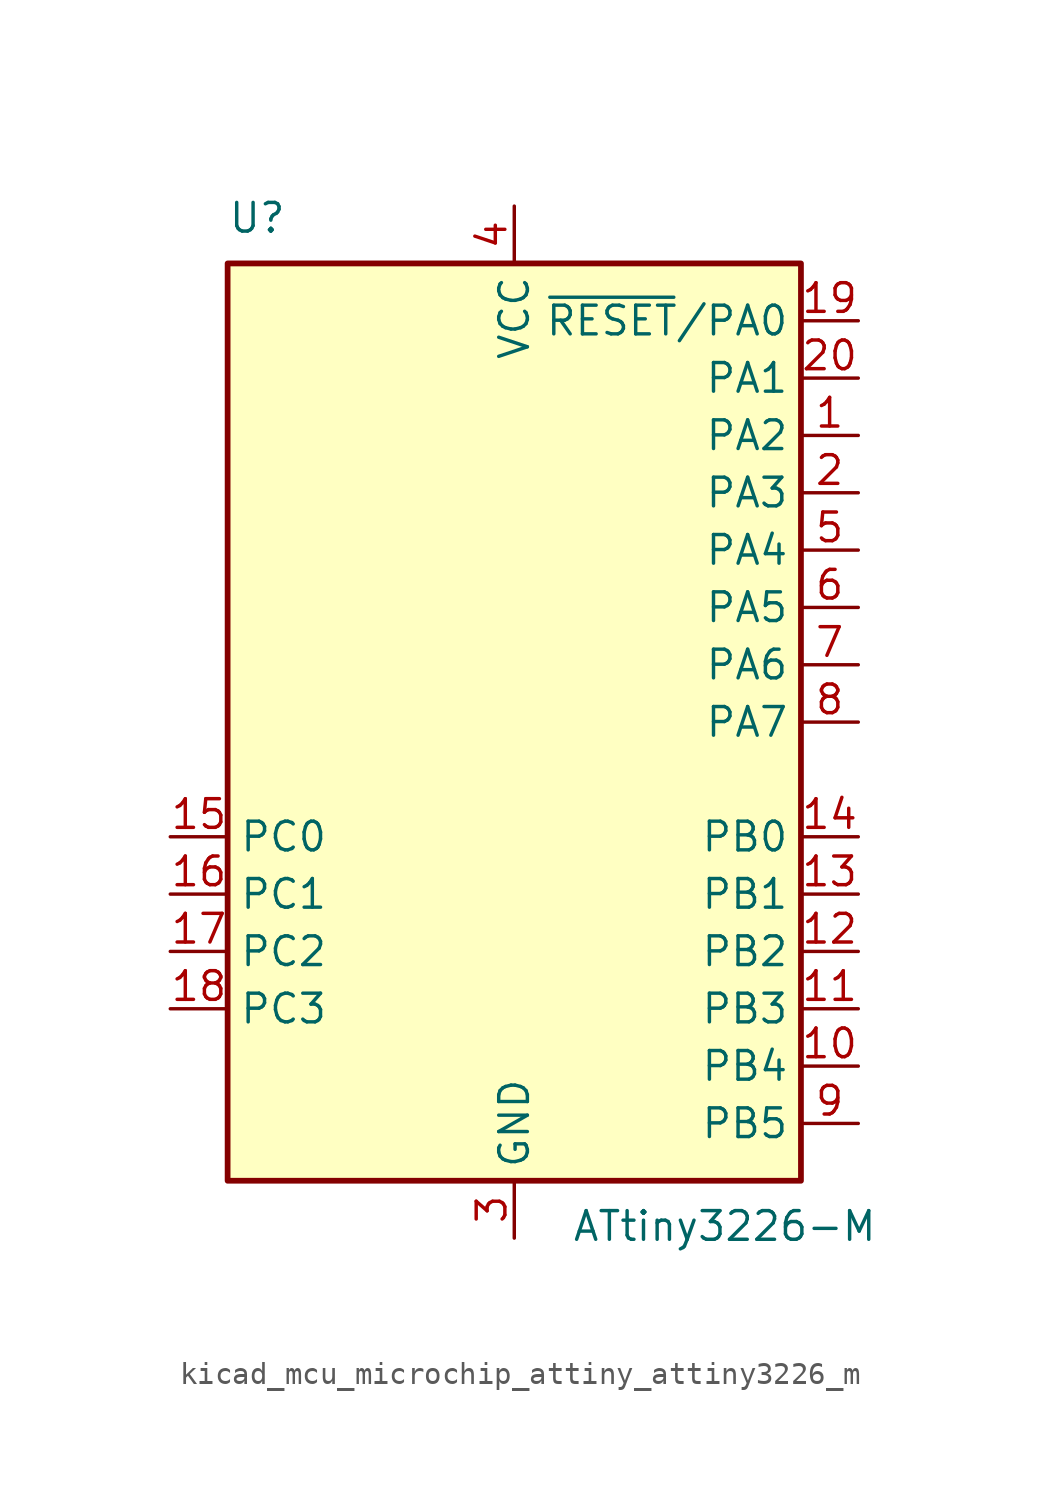
<source format=kicad_sym>
(kicad_symbol_lib
  (version 20220914)
  (generator kicad_symbol_editor)
  (symbol "kicad_mcu_microchip_attiny_attiny3226_m"
    (property "Reference" "U"
      (at -12.7 21.59 0)
      (effects (font (size 1.27 1.27)) (justify left bottom)))
    (property "Value" "ATtiny3226-M"
      (at 2.54 -21.59 0)
      (effects (font (size 1.27 1.27)) (justify left top)))
    (symbol "kicad_mcu_microchip_attiny_attiny3226_m_0_1"
      (rectangle (start -12.7 -20.32) (end 12.7 20.32) (stroke (width 0.254) (type default)) (fill (type background))))
    (symbol "kicad_mcu_microchip_attiny_attiny3226_m_1_1"
      (pin bidirectional line (at 15.24 12.7 180) (length 2.54) (name "PA2" (effects (font (size 1.27 1.27)))) (number "1" (effects (font (size 1.27 1.27)))))
      (pin bidirectional line (at 15.24 -15.24 180) (length 2.54) (name "PB4" (effects (font (size 1.27 1.27)))) (number "10" (effects (font (size 1.27 1.27)))))
      (pin bidirectional line (at 15.24 -12.7 180) (length 2.54) (name "PB3" (effects (font (size 1.27 1.27)))) (number "11" (effects (font (size 1.27 1.27)))))
      (pin bidirectional line (at 15.24 -10.16 180) (length 2.54) (name "PB2" (effects (font (size 1.27 1.27)))) (number "12" (effects (font (size 1.27 1.27)))))
      (pin bidirectional line (at 15.24 -7.62 180) (length 2.54) (name "PB1" (effects (font (size 1.27 1.27)))) (number "13" (effects (font (size 1.27 1.27)))))
      (pin bidirectional line (at 15.24 -5.08 180) (length 2.54) (name "PB0" (effects (font (size 1.27 1.27)))) (number "14" (effects (font (size 1.27 1.27)))))
      (pin bidirectional line (at -15.24 -5.08 0) (length 2.54) (name "PC0" (effects (font (size 1.27 1.27)))) (number "15" (effects (font (size 1.27 1.27)))))
      (pin bidirectional line (at -15.24 -7.62 0) (length 2.54) (name "PC1" (effects (font (size 1.27 1.27)))) (number "16" (effects (font (size 1.27 1.27)))))
      (pin bidirectional line (at -15.24 -10.16 0) (length 2.54) (name "PC2" (effects (font (size 1.27 1.27)))) (number "17" (effects (font (size 1.27 1.27)))))
      (pin bidirectional line (at -15.24 -12.7 0) (length 2.54) (name "PC3" (effects (font (size 1.27 1.27)))) (number "18" (effects (font (size 1.27 1.27)))))
      (pin bidirectional line (at 15.24 17.78 180) (length 2.54) (name "~{RESET}/PA0" (effects (font (size 1.27 1.27)))) (number "19" (effects (font (size 1.27 1.27)))))
      (pin bidirectional line (at 15.24 10.16 180) (length 2.54) (name "PA3" (effects (font (size 1.27 1.27)))) (number "2" (effects (font (size 1.27 1.27)))))
      (pin bidirectional line (at 15.24 15.24 180) (length 2.54) (name "PA1" (effects (font (size 1.27 1.27)))) (number "20" (effects (font (size 1.27 1.27)))))
      (pin passive line (at 0 -22.86 90) (length 2.54) hide (name "GND" (effects (font (size 1.27 1.27)))) (number "21" (effects (font (size 1.27 1.27)))))
      (pin power_in line (at 0 -22.86 90) (length 2.54) (name "GND" (effects (font (size 1.27 1.27)))) (number "3" (effects (font (size 1.27 1.27)))))
      (pin power_in line (at 0 22.86 270) (length 2.54) (name "VCC" (effects (font (size 1.27 1.27)))) (number "4" (effects (font (size 1.27 1.27)))))
      (pin bidirectional line (at 15.24 7.62 180) (length 2.54) (name "PA4" (effects (font (size 1.27 1.27)))) (number "5" (effects (font (size 1.27 1.27)))))
      (pin bidirectional line (at 15.24 5.08 180) (length 2.54) (name "PA5" (effects (font (size 1.27 1.27)))) (number "6" (effects (font (size 1.27 1.27)))))
      (pin bidirectional line (at 15.24 2.54 180) (length 2.54) (name "PA6" (effects (font (size 1.27 1.27)))) (number "7" (effects (font (size 1.27 1.27)))))
      (pin bidirectional line (at 15.24 0 180) (length 2.54) (name "PA7" (effects (font (size 1.27 1.27)))) (number "8" (effects (font (size 1.27 1.27)))))
      (pin bidirectional line (at 15.24 -17.78 180) (length 2.54) (name "PB5" (effects (font (size 1.27 1.27)))) (number "9" (effects (font (size 1.27 1.27))))))))
</source>
